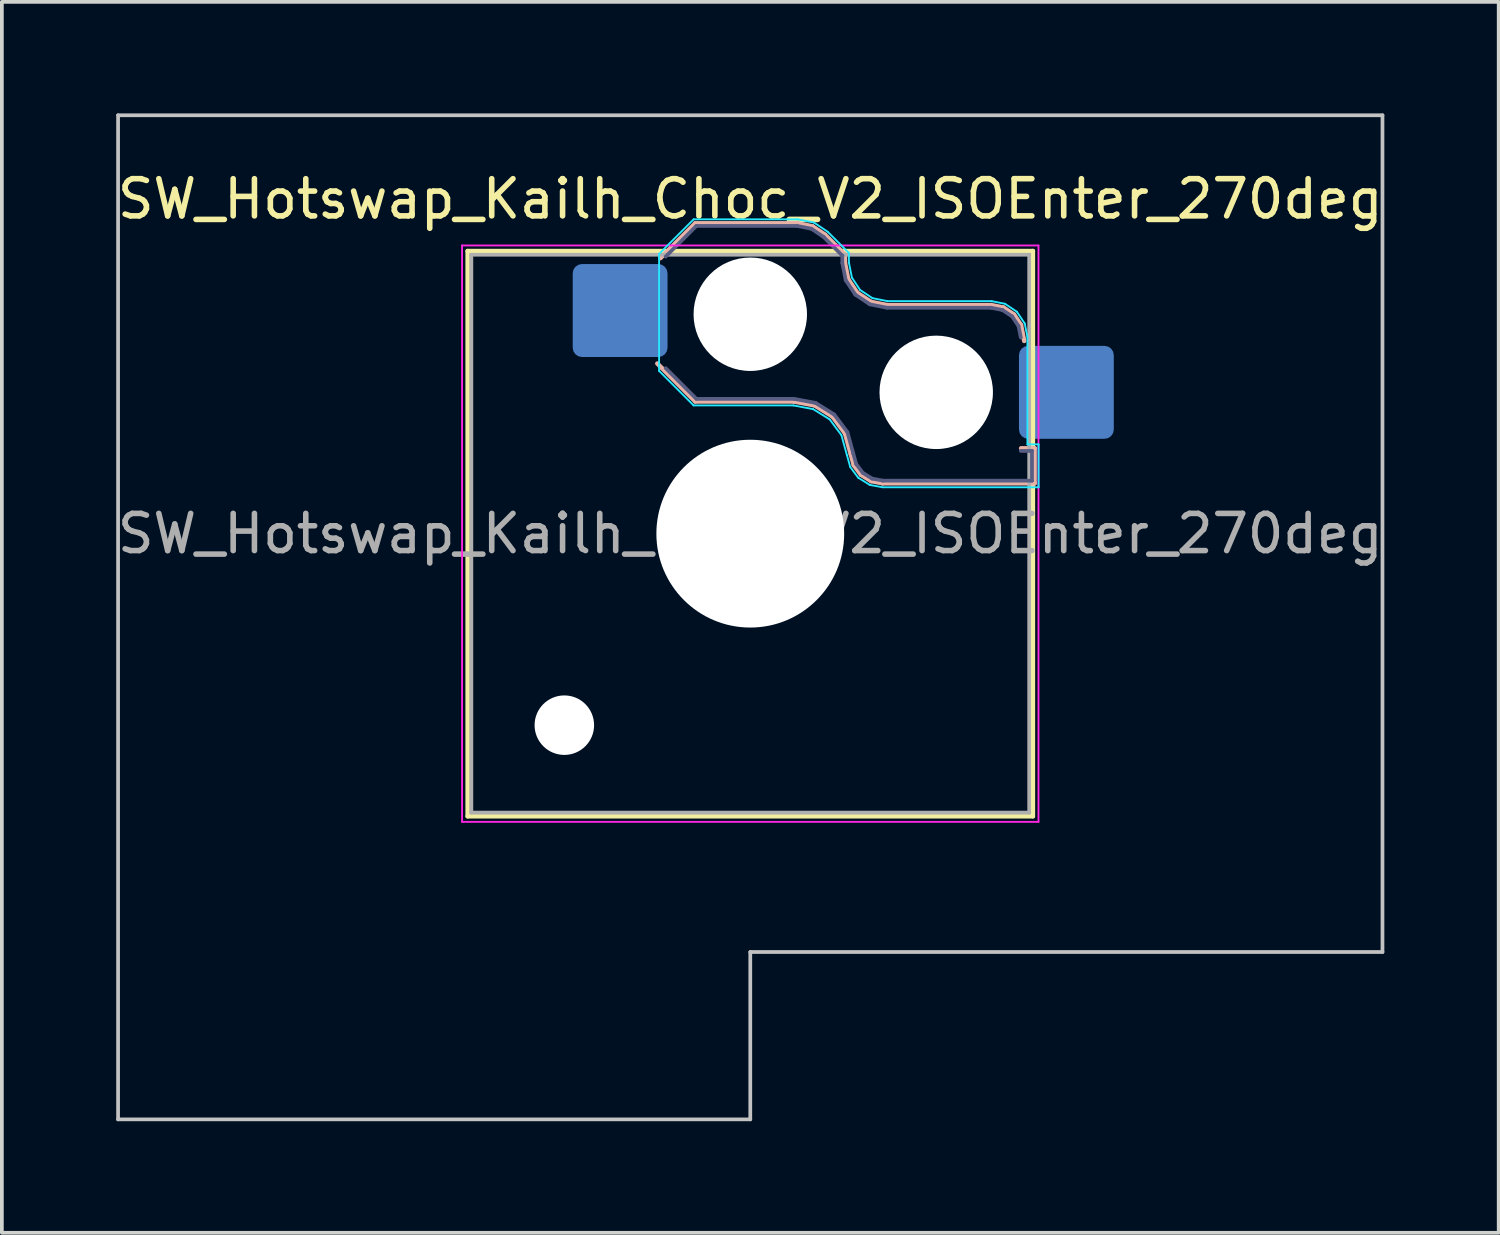
<source format=kicad_pcb>
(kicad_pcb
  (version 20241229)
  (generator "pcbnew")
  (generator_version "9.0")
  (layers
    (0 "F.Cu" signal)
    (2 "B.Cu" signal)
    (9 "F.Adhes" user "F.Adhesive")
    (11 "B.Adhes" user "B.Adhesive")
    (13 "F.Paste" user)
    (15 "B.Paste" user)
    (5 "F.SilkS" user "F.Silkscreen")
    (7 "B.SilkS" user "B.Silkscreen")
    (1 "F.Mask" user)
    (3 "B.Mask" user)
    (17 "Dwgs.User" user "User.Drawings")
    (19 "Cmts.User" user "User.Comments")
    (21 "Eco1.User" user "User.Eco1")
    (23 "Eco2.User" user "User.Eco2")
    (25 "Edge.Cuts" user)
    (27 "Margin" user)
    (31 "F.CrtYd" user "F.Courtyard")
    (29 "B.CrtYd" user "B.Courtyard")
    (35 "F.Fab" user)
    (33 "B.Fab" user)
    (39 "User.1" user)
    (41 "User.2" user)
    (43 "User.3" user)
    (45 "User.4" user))
  (footprint "SW_Hotswap_Kailh_Choc_V2_ISOEnter_270deg"
    (layer "F.Cu")
    (at 17.125 11.3)
    (property "Reference" "SW_Hotswap_Kailh_Choc_V2_ISOEnter_270deg" (at 0 -9 0) (layer "F.SilkS") (effects (font (size 1 1) (thickness 0.15))))
    (attr smd)
    (fp_line (start -7.6 -7.6) (end -7.6 7.6) (stroke (width 0.12) (type solid)) (layer "F.SilkS"))
    (fp_line (start -7.6 7.6) (end 7.6 7.6) (stroke (width 0.12) (type solid)) (layer "F.SilkS"))
    (fp_line (start 7.6 -7.6) (end -7.6 -7.6) (stroke (width 0.12) (type solid)) (layer "F.SilkS"))
    (fp_line (start 7.6 7.6) (end 7.6 -7.6) (stroke (width 0.12) (type solid)) (layer "F.SilkS"))
    (fp_line (start -2.416 -7.409) (end -1.479 -8.346) (stroke (width 0.12) (type solid)) (layer "B.SilkS"))
    (fp_line (start -1.479 -8.346) (end 1.268 -8.346) (stroke (width 0.12) (type solid)) (layer "B.SilkS"))
    (fp_line (start -1.479 -3.554) (end -2.5 -4.575) (stroke (width 0.12) (type solid)) (layer "B.SilkS"))
    (fp_line (start 1.168 -3.554) (end -1.479 -3.554) (stroke (width 0.12) (type solid)) (layer "B.SilkS"))
    (fp_line (start 1.268 -8.346) (end 1.671 -8.266) (stroke (width 0.12) (type solid)) (layer "B.SilkS"))
    (fp_line (start 1.671 -8.266) (end 2.013 -8.037) (stroke (width 0.12) (type solid)) (layer "B.SilkS"))
    (fp_line (start 1.73 -3.449) (end 1.168 -3.554) (stroke (width 0.12) (type solid)) (layer "B.SilkS"))
    (fp_line (start 2.013 -8.037) (end 2.546 -7.504) (stroke (width 0.12) (type solid)) (layer "B.SilkS"))
    (fp_line (start 2.209 -3.15) (end 1.73 -3.449) (stroke (width 0.12) (type solid)) (layer "B.SilkS"))
    (fp_line (start 2.546 -7.504) (end 2.546 -7.282) (stroke (width 0.12) (type solid)) (layer "B.SilkS"))
    (fp_line (start 2.546 -7.282) (end 2.633 -6.844) (stroke (width 0.12) (type solid)) (layer "B.SilkS"))
    (fp_line (start 2.547 -2.697) (end 2.209 -3.15) (stroke (width 0.12) (type solid)) (layer "B.SilkS"))
    (fp_line (start 2.633 -6.844) (end 2.877 -6.477) (stroke (width 0.12) (type solid)) (layer "B.SilkS"))
    (fp_line (start 2.701 -2.139) (end 2.547 -2.697) (stroke (width 0.12) (type solid)) (layer "B.SilkS"))
    (fp_line (start 2.783 -1.841) (end 2.701 -2.139) (stroke (width 0.12) (type solid)) (layer "B.SilkS"))
    (fp_line (start 2.877 -6.477) (end 3.244 -6.233) (stroke (width 0.12) (type solid)) (layer "B.SilkS"))
    (fp_line (start 2.976 -1.583) (end 2.783 -1.841) (stroke (width 0.12) (type solid)) (layer "B.SilkS"))
    (fp_line (start 3.244 -6.233) (end 3.682 -6.146) (stroke (width 0.12) (type solid)) (layer "B.SilkS"))
    (fp_line (start 3.25 -1.413) (end 2.976 -1.583) (stroke (width 0.12) (type solid)) (layer "B.SilkS"))
    (fp_line (start 3.56 -1.354) (end 3.25 -1.413) (stroke (width 0.12) (type solid)) (layer "B.SilkS"))
    (fp_line (start 3.682 -6.146) (end 6.482 -6.146) (stroke (width 0.12) (type solid)) (layer "B.SilkS"))
    (fp_line (start 6.482 -6.146) (end 6.809 -6.081) (stroke (width 0.12) (type solid)) (layer "B.SilkS"))
    (fp_line (start 6.809 -6.081) (end 7.092 -5.892) (stroke (width 0.12) (type solid)) (layer "B.SilkS"))
    (fp_line (start 7.092 -5.892) (end 7.281 -5.609) (stroke (width 0.12) (type solid)) (layer "B.SilkS"))
    (fp_line (start 7.281 -5.609) (end 7.366 -5.182) (stroke (width 0.12) (type solid)) (layer "B.SilkS"))
    (fp_line (start 7.283 -2.296) (end 7.646 -2.296) (stroke (width 0.12) (type solid)) (layer "B.SilkS"))
    (fp_line (start 7.646 -2.296) (end 7.646 -1.354) (stroke (width 0.12) (type solid)) (layer "B.SilkS"))
    (fp_line (start 7.646 -1.354) (end 3.56 -1.354) (stroke (width 0.12) (type solid)) (layer "B.SilkS"))
    (fp_line (start -17 -11.25) (end -17 15.75) (stroke (width 0.1) (type solid)) (layer "Dwgs.User"))
    (fp_line (start -17 15.75) (end 0 15.75) (stroke (width 0.1) (type solid)) (layer "Dwgs.User"))
    (fp_line (start 0 11.25) (end 17 11.25) (stroke (width 0.1) (type solid)) (layer "Dwgs.User"))
    (fp_line (start 0 15.75) (end 0 11.25) (stroke (width 0.1) (type solid)) (layer "Dwgs.User"))
    (fp_line (start 17 -11.25) (end -17 -11.25) (stroke (width 0.1) (type solid)) (layer "Dwgs.User"))
    (fp_line (start 17 11.25) (end 17 -11.25) (stroke (width 0.1) (type solid)) (layer "Dwgs.User"))
    (fp_line (start -7.25 -7.25) (end -7.25 7.25) (stroke (width 0.1) (type solid)) (layer "Eco1.User"))
    (fp_line (start -7.25 7.25) (end 7.25 7.25) (stroke (width 0.1) (type solid)) (layer "Eco1.User"))
    (fp_line (start 7.25 -7.25) (end -7.25 -7.25) (stroke (width 0.1) (type solid)) (layer "Eco1.User"))
    (fp_line (start 7.25 7.25) (end 7.25 -7.25) (stroke (width 0.1) (type solid)) (layer "Eco1.User"))
    (fp_line (start -2.452 -7.523) (end -1.523 -8.452) (stroke (width 0.05) (type solid)) (layer "B.CrtYd"))
    (fp_line (start -2.452 -4.377) (end -2.452 -7.523) (stroke (width 0.05) (type solid)) (layer "B.CrtYd"))
    (fp_line (start -1.523 -8.452) (end 1.278 -8.452) (stroke (width 0.05) (type solid)) (layer "B.CrtYd"))
    (fp_line (start -1.523 -3.448) (end -2.452 -4.377) (stroke (width 0.05) (type solid)) (layer "B.CrtYd"))
    (fp_line (start 1.159 -3.448) (end -1.523 -3.448) (stroke (width 0.05) (type solid)) (layer "B.CrtYd"))
    (fp_line (start 1.278 -8.452) (end 1.712 -8.366) (stroke (width 0.05) (type solid)) (layer "B.CrtYd"))
    (fp_line (start 1.691 -3.348) (end 1.159 -3.448) (stroke (width 0.05) (type solid)) (layer "B.CrtYd"))
    (fp_line (start 1.712 -8.366) (end 2.081 -8.119) (stroke (width 0.05) (type solid)) (layer "B.CrtYd"))
    (fp_line (start 2.081 -8.119) (end 2.652 -7.548) (stroke (width 0.05) (type solid)) (layer "B.CrtYd"))
    (fp_line (start 2.136 -3.071) (end 1.691 -3.348) (stroke (width 0.05) (type solid)) (layer "B.CrtYd"))
    (fp_line (start 2.45 -2.65) (end 2.136 -3.071) (stroke (width 0.05) (type solid)) (layer "B.CrtYd"))
    (fp_line (start 2.599 -2.111) (end 2.45 -2.65) (stroke (width 0.05) (type solid)) (layer "B.CrtYd"))
    (fp_line (start 2.652 -7.548) (end 2.652 -7.292) (stroke (width 0.05) (type solid)) (layer "B.CrtYd"))
    (fp_line (start 2.652 -7.292) (end 2.733 -6.885) (stroke (width 0.05) (type solid)) (layer "B.CrtYd"))
    (fp_line (start 2.687 -1.794) (end 2.599 -2.111) (stroke (width 0.05) (type solid)) (layer "B.CrtYd"))
    (fp_line (start 2.733 -6.885) (end 2.953 -6.553) (stroke (width 0.05) (type solid)) (layer "B.CrtYd"))
    (fp_line (start 2.903 -1.503) (end 2.687 -1.794) (stroke (width 0.05) (type solid)) (layer "B.CrtYd"))
    (fp_line (start 2.953 -6.553) (end 3.285 -6.333) (stroke (width 0.05) (type solid)) (layer "B.CrtYd"))
    (fp_line (start 3.211 -1.312) (end 2.903 -1.503) (stroke (width 0.05) (type solid)) (layer "B.CrtYd"))
    (fp_line (start 3.285 -6.333) (end 3.692 -6.252) (stroke (width 0.05) (type solid)) (layer "B.CrtYd"))
    (fp_line (start 3.55 -1.248) (end 3.211 -1.312) (stroke (width 0.05) (type solid)) (layer "B.CrtYd"))
    (fp_line (start 3.692 -6.252) (end 6.492 -6.252) (stroke (width 0.05) (type solid)) (layer "B.CrtYd"))
    (fp_line (start 6.492 -6.252) (end 6.85 -6.181) (stroke (width 0.05) (type solid)) (layer "B.CrtYd"))
    (fp_line (start 6.85 -6.181) (end 7.168 -5.968) (stroke (width 0.05) (type solid)) (layer "B.CrtYd"))
    (fp_line (start 7.168 -5.968) (end 7.381 -5.65) (stroke (width 0.05) (type solid)) (layer "B.CrtYd"))
    (fp_line (start 7.381 -5.65) (end 7.452 -5.292) (stroke (width 0.05) (type solid)) (layer "B.CrtYd"))
    (fp_line (start 7.452 -5.292) (end 7.452 -2.402) (stroke (width 0.05) (type solid)) (layer "B.CrtYd"))
    (fp_line (start 7.452 -2.402) (end 7.752 -2.402) (stroke (width 0.05) (type solid)) (layer "B.CrtYd"))
    (fp_line (start 7.752 -2.402) (end 7.752 -1.248) (stroke (width 0.05) (type solid)) (layer "B.CrtYd"))
    (fp_line (start 7.752 -1.248) (end 3.55 -1.248) (stroke (width 0.05) (type solid)) (layer "B.CrtYd"))
    (fp_line (start -7.75 -7.75) (end -7.75 7.75) (stroke (width 0.05) (type solid)) (layer "F.CrtYd"))
    (fp_line (start -7.75 7.75) (end 7.75 7.75) (stroke (width 0.05) (type solid)) (layer "F.CrtYd"))
    (fp_line (start 7.75 -7.75) (end -7.75 -7.75) (stroke (width 0.05) (type solid)) (layer "F.CrtYd"))
    (fp_line (start 7.75 7.75) (end 7.75 -7.75) (stroke (width 0.05) (type solid)) (layer "F.CrtYd"))
    (fp_line (start -2.275 -7.45) (end -1.45 -8.275) (stroke (width 0.1) (type solid)) (layer "B.Fab"))
    (fp_line (start -1.45 -8.275) (end 1.261 -8.275) (stroke (width 0.1) (type solid)) (layer "B.Fab"))
    (fp_line (start -1.45 -3.625) (end -2.275 -4.45) (stroke (width 0.1) (type solid)) (layer "B.Fab"))
    (fp_line (start 1.175 -3.625) (end -1.45 -3.625) (stroke (width 0.1) (type solid)) (layer "B.Fab"))
    (fp_line (start 1.261 -8.275) (end 1.643 -8.199) (stroke (width 0.1) (type solid)) (layer "B.Fab"))
    (fp_line (start 1.643 -8.199) (end 1.968 -7.982) (stroke (width 0.1) (type solid)) (layer "B.Fab"))
    (fp_line (start 1.756 -3.516) (end 1.175 -3.625) (stroke (width 0.1) (type solid)) (layer "B.Fab"))
    (fp_line (start 1.968 -7.982) (end 2.475 -7.475) (stroke (width 0.1) (type solid)) (layer "B.Fab"))
    (fp_line (start 2.258 -3.203) (end 1.756 -3.516) (stroke (width 0.1) (type solid)) (layer "B.Fab"))
    (fp_line (start 2.475 -7.475) (end 2.475 -7.275) (stroke (width 0.1) (type solid)) (layer "B.Fab"))
    (fp_line (start 2.475 -7.275) (end 2.566 -6.816) (stroke (width 0.1) (type solid)) (layer "B.Fab"))
    (fp_line (start 2.566 -6.816) (end 2.826 -6.426) (stroke (width 0.1) (type solid)) (layer "B.Fab"))
    (fp_line (start 2.612 -2.729) (end 2.258 -3.203) (stroke (width 0.1) (type solid)) (layer "B.Fab"))
    (fp_line (start 2.769 -2.158) (end 2.612 -2.729) (stroke (width 0.1) (type solid)) (layer "B.Fab"))
    (fp_line (start 2.826 -6.426) (end 3.216 -6.166) (stroke (width 0.1) (type solid)) (layer "B.Fab"))
    (fp_line (start 2.848 -1.873) (end 2.769 -2.158) (stroke (width 0.1) (type solid)) (layer "B.Fab"))
    (fp_line (start 3.025 -1.636) (end 2.848 -1.873) (stroke (width 0.1) (type solid)) (layer "B.Fab"))
    (fp_line (start 3.216 -6.166) (end 3.675 -6.075) (stroke (width 0.1) (type solid)) (layer "B.Fab"))
    (fp_line (start 3.276 -1.48) (end 3.025 -1.636) (stroke (width 0.1) (type solid)) (layer "B.Fab"))
    (fp_line (start 3.567 -1.425) (end 3.276 -1.48) (stroke (width 0.1) (type solid)) (layer "B.Fab"))
    (fp_line (start 3.675 -6.075) (end 6.475 -6.075) (stroke (width 0.1) (type solid)) (layer "B.Fab"))
    (fp_line (start 6.475 -6.075) (end 6.781 -6.014) (stroke (width 0.1) (type solid)) (layer "B.Fab"))
    (fp_line (start 6.781 -6.014) (end 7.041 -5.841) (stroke (width 0.1) (type solid)) (layer "B.Fab"))
    (fp_line (start 7.041 -5.841) (end 7.214 -5.581) (stroke (width 0.1) (type solid)) (layer "B.Fab"))
    (fp_line (start 7.214 -5.581) (end 7.275 -5.275) (stroke (width 0.1) (type solid)) (layer "B.Fab"))
    (fp_line (start 7.275 -2.225) (end 7.575 -2.225) (stroke (width 0.1) (type solid)) (layer "B.Fab"))
    (fp_line (start 7.575 -2.225) (end 7.575 -1.425) (stroke (width 0.1) (type solid)) (layer "B.Fab"))
    (fp_line (start 7.575 -1.425) (end 3.567 -1.425) (stroke (width 0.1) (type solid)) (layer "B.Fab"))
    (fp_line (start -7.5 -7.5) (end -7.5 7.5) (stroke (width 0.1) (type solid)) (layer "F.Fab"))
    (fp_line (start -7.5 7.5) (end 7.5 7.5) (stroke (width 0.1) (type solid)) (layer "F.Fab"))
    (fp_line (start 7.5 -7.5) (end -7.5 -7.5) (stroke (width 0.1) (type solid)) (layer "F.Fab"))
    (fp_line (start 7.5 7.5) (end 7.5 -7.5) (stroke (width 0.1) (type solid)) (layer "F.Fab"))
    (fp_text user "${REFERENCE}" (at 0 0 0) (layer "F.Fab") (effects (font (size 1 1) (thickness 0.15))))
    (pad "" np_thru_hole circle (at -5 5.15) (size 1.6 1.6) (drill 1.6) (layers "*.Cu" "*.Mask"))
    (pad "" np_thru_hole circle (at 0 -5.9) (size 3.05 3.05) (drill 3.05) (layers "*.Cu" "*.Mask"))
    (pad "" np_thru_hole circle (at 0 0) (size 5.05 5.05) (drill 5.05) (layers "*.Cu" "*.Mask"))
    (pad "" np_thru_hole circle (at 5 -3.8) (size 3.05 3.05) (drill 3.05) (layers "*.Cu" "*.Mask"))
    (pad "1" smd roundrect (at -3.5 -6) (size 2.55 2.5) (layers "B.Cu" "B.Mask" "B.Paste") (roundrect_rratio 0.1))
    (pad "2" smd roundrect (at 8.5 -3.8) (size 2.55 2.5) (layers "B.Cu" "B.Mask" "B.Paste") (roundrect_rratio 0.1)))
  (gr_rect
    (start -3 -3)
    (end 37.25 30.1)
    (stroke (width 0.1) (type default))
    (fill no)
    (layer "Edge.Cuts")))
</source>
